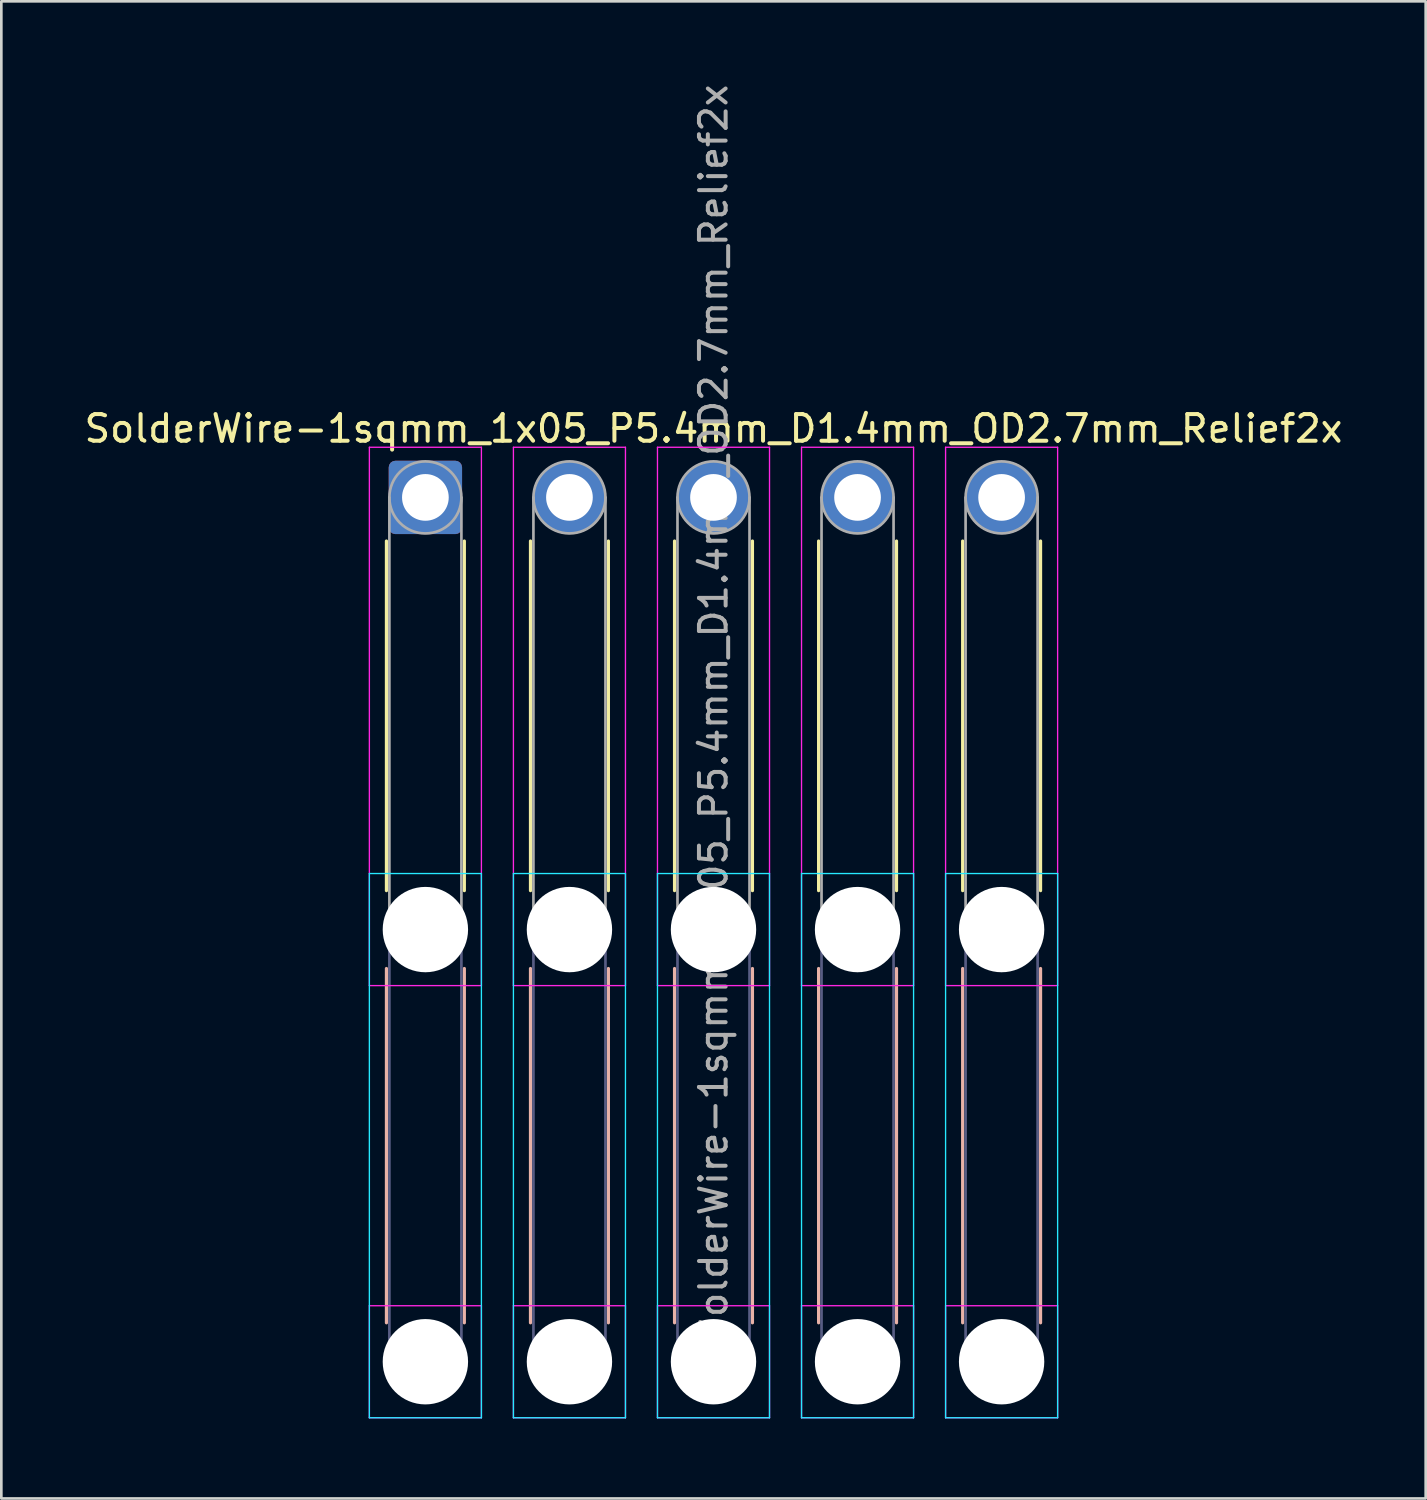
<source format=kicad_pcb>
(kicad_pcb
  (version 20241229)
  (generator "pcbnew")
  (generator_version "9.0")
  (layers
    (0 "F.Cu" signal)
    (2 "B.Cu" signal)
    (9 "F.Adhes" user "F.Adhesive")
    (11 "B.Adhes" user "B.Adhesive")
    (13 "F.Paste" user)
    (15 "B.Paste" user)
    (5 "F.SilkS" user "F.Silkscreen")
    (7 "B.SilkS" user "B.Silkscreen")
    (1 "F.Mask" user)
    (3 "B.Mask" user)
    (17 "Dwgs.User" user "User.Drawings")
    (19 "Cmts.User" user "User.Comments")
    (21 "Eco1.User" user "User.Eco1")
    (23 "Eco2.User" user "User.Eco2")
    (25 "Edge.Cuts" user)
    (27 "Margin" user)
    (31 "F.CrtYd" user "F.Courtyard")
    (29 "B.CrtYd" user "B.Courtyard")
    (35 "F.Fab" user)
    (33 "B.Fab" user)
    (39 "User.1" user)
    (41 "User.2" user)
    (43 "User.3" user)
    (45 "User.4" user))
  (footprint "SolderWire-1sqmm_1x05_P5.4mm_D1.4mm_OD2.7mm_Relief2x"
    (layer "F.Cu")
    (at 12.896 15.596)
    (property "Reference" "SolderWire-1sqmm_1x05_P5.4mm_D1.4mm_OD2.7mm_Relief2x" (at 10.8 -2.58 0) (layer "F.SilkS") (effects (font (size 1 1) (thickness 0.15))))
    (attr exclude_from_pos_files exclude_from_bom)
    (fp_line (start -1.46 1.635) (end -1.46 14.74) (stroke (width 0.12) (type solid)) (layer "F.SilkS"))
    (fp_line (start 1.46 1.635) (end 1.46 14.74) (stroke (width 0.12) (type solid)) (layer "F.SilkS"))
    (fp_line (start 3.94 1.635) (end 3.94 14.74) (stroke (width 0.12) (type solid)) (layer "F.SilkS"))
    (fp_line (start 6.86 1.635) (end 6.86 14.74) (stroke (width 0.12) (type solid)) (layer "F.SilkS"))
    (fp_line (start 9.34 1.635) (end 9.34 14.74) (stroke (width 0.12) (type solid)) (layer "F.SilkS"))
    (fp_line (start 12.26 1.635) (end 12.26 14.74) (stroke (width 0.12) (type solid)) (layer "F.SilkS"))
    (fp_line (start 14.74 1.635) (end 14.74 14.74) (stroke (width 0.12) (type solid)) (layer "F.SilkS"))
    (fp_line (start 17.66 1.635) (end 17.66 14.74) (stroke (width 0.12) (type solid)) (layer "F.SilkS"))
    (fp_line (start 20.14 1.635) (end 20.14 14.74) (stroke (width 0.12) (type solid)) (layer "F.SilkS"))
    (fp_line (start 23.06 1.635) (end 23.06 14.74) (stroke (width 0.12) (type solid)) (layer "F.SilkS"))
    (fp_line (start -1.46 17.66) (end -1.46 30.94) (stroke (width 0.12) (type solid)) (layer "B.SilkS"))
    (fp_line (start 1.46 17.66) (end 1.46 30.94) (stroke (width 0.12) (type solid)) (layer "B.SilkS"))
    (fp_line (start 3.94 17.66) (end 3.94 30.94) (stroke (width 0.12) (type solid)) (layer "B.SilkS"))
    (fp_line (start 6.86 17.66) (end 6.86 30.94) (stroke (width 0.12) (type solid)) (layer "B.SilkS"))
    (fp_line (start 9.34 17.66) (end 9.34 30.94) (stroke (width 0.12) (type solid)) (layer "B.SilkS"))
    (fp_line (start 12.26 17.66) (end 12.26 30.94) (stroke (width 0.12) (type solid)) (layer "B.SilkS"))
    (fp_line (start 14.74 17.66) (end 14.74 30.94) (stroke (width 0.12) (type solid)) (layer "B.SilkS"))
    (fp_line (start 17.66 17.66) (end 17.66 30.94) (stroke (width 0.12) (type solid)) (layer "B.SilkS"))
    (fp_line (start 20.14 17.66) (end 20.14 30.94) (stroke (width 0.12) (type solid)) (layer "B.SilkS"))
    (fp_line (start 23.06 17.66) (end 23.06 30.94) (stroke (width 0.12) (type solid)) (layer "B.SilkS"))
    (fp_line (start -2.1 14.1) (end -2.1 34.5) (stroke (width 0.05) (type solid)) (layer "B.CrtYd"))
    (fp_line (start -2.1 34.5) (end 2.1 34.5) (stroke (width 0.05) (type solid)) (layer "B.CrtYd"))
    (fp_line (start 2.1 14.1) (end -2.1 14.1) (stroke (width 0.05) (type solid)) (layer "B.CrtYd"))
    (fp_line (start 2.1 34.5) (end 2.1 14.1) (stroke (width 0.05) (type solid)) (layer "B.CrtYd"))
    (fp_line (start 3.3 14.1) (end 3.3 34.5) (stroke (width 0.05) (type solid)) (layer "B.CrtYd"))
    (fp_line (start 3.3 34.5) (end 7.5 34.5) (stroke (width 0.05) (type solid)) (layer "B.CrtYd"))
    (fp_line (start 7.5 14.1) (end 3.3 14.1) (stroke (width 0.05) (type solid)) (layer "B.CrtYd"))
    (fp_line (start 7.5 34.5) (end 7.5 14.1) (stroke (width 0.05) (type solid)) (layer "B.CrtYd"))
    (fp_line (start 8.7 14.1) (end 8.7 34.5) (stroke (width 0.05) (type solid)) (layer "B.CrtYd"))
    (fp_line (start 8.7 34.5) (end 12.9 34.5) (stroke (width 0.05) (type solid)) (layer "B.CrtYd"))
    (fp_line (start 12.9 14.1) (end 8.7 14.1) (stroke (width 0.05) (type solid)) (layer "B.CrtYd"))
    (fp_line (start 12.9 34.5) (end 12.9 14.1) (stroke (width 0.05) (type solid)) (layer "B.CrtYd"))
    (fp_line (start 14.1 14.1) (end 14.1 34.5) (stroke (width 0.05) (type solid)) (layer "B.CrtYd"))
    (fp_line (start 14.1 34.5) (end 18.3 34.5) (stroke (width 0.05) (type solid)) (layer "B.CrtYd"))
    (fp_line (start 18.3 14.1) (end 14.1 14.1) (stroke (width 0.05) (type solid)) (layer "B.CrtYd"))
    (fp_line (start 18.3 34.5) (end 18.3 14.1) (stroke (width 0.05) (type solid)) (layer "B.CrtYd"))
    (fp_line (start 19.5 14.1) (end 19.5 34.5) (stroke (width 0.05) (type solid)) (layer "B.CrtYd"))
    (fp_line (start 19.5 34.5) (end 23.7 34.5) (stroke (width 0.05) (type solid)) (layer "B.CrtYd"))
    (fp_line (start 23.7 14.1) (end 19.5 14.1) (stroke (width 0.05) (type solid)) (layer "B.CrtYd"))
    (fp_line (start 23.7 34.5) (end 23.7 14.1) (stroke (width 0.05) (type solid)) (layer "B.CrtYd"))
    (fp_line (start -2.1 -1.88) (end -2.1 18.3) (stroke (width 0.05) (type solid)) (layer "F.CrtYd"))
    (fp_line (start -2.1 18.3) (end 2.1 18.3) (stroke (width 0.05) (type solid)) (layer "F.CrtYd"))
    (fp_line (start -2.1 30.3) (end -2.1 34.5) (stroke (width 0.05) (type solid)) (layer "F.CrtYd"))
    (fp_line (start -2.1 34.5) (end 2.1 34.5) (stroke (width 0.05) (type solid)) (layer "F.CrtYd"))
    (fp_line (start 2.1 -1.88) (end -2.1 -1.88) (stroke (width 0.05) (type solid)) (layer "F.CrtYd"))
    (fp_line (start 2.1 18.3) (end 2.1 -1.88) (stroke (width 0.05) (type solid)) (layer "F.CrtYd"))
    (fp_line (start 2.1 30.3) (end -2.1 30.3) (stroke (width 0.05) (type solid)) (layer "F.CrtYd"))
    (fp_line (start 2.1 34.5) (end 2.1 30.3) (stroke (width 0.05) (type solid)) (layer "F.CrtYd"))
    (fp_line (start 3.3 -1.88) (end 3.3 18.3) (stroke (width 0.05) (type solid)) (layer "F.CrtYd"))
    (fp_line (start 3.3 18.3) (end 7.5 18.3) (stroke (width 0.05) (type solid)) (layer "F.CrtYd"))
    (fp_line (start 3.3 30.3) (end 3.3 34.5) (stroke (width 0.05) (type solid)) (layer "F.CrtYd"))
    (fp_line (start 3.3 34.5) (end 7.5 34.5) (stroke (width 0.05) (type solid)) (layer "F.CrtYd"))
    (fp_line (start 7.5 -1.88) (end 3.3 -1.88) (stroke (width 0.05) (type solid)) (layer "F.CrtYd"))
    (fp_line (start 7.5 18.3) (end 7.5 -1.88) (stroke (width 0.05) (type solid)) (layer "F.CrtYd"))
    (fp_line (start 7.5 30.3) (end 3.3 30.3) (stroke (width 0.05) (type solid)) (layer "F.CrtYd"))
    (fp_line (start 7.5 34.5) (end 7.5 30.3) (stroke (width 0.05) (type solid)) (layer "F.CrtYd"))
    (fp_line (start 8.7 -1.88) (end 8.7 18.3) (stroke (width 0.05) (type solid)) (layer "F.CrtYd"))
    (fp_line (start 8.7 18.3) (end 12.9 18.3) (stroke (width 0.05) (type solid)) (layer "F.CrtYd"))
    (fp_line (start 8.7 30.3) (end 8.7 34.5) (stroke (width 0.05) (type solid)) (layer "F.CrtYd"))
    (fp_line (start 8.7 34.5) (end 12.9 34.5) (stroke (width 0.05) (type solid)) (layer "F.CrtYd"))
    (fp_line (start 12.9 -1.88) (end 8.7 -1.88) (stroke (width 0.05) (type solid)) (layer "F.CrtYd"))
    (fp_line (start 12.9 18.3) (end 12.9 -1.88) (stroke (width 0.05) (type solid)) (layer "F.CrtYd"))
    (fp_line (start 12.9 30.3) (end 8.7 30.3) (stroke (width 0.05) (type solid)) (layer "F.CrtYd"))
    (fp_line (start 12.9 34.5) (end 12.9 30.3) (stroke (width 0.05) (type solid)) (layer "F.CrtYd"))
    (fp_line (start 14.1 -1.88) (end 14.1 18.3) (stroke (width 0.05) (type solid)) (layer "F.CrtYd"))
    (fp_line (start 14.1 18.3) (end 18.3 18.3) (stroke (width 0.05) (type solid)) (layer "F.CrtYd"))
    (fp_line (start 14.1 30.3) (end 14.1 34.5) (stroke (width 0.05) (type solid)) (layer "F.CrtYd"))
    (fp_line (start 14.1 34.5) (end 18.3 34.5) (stroke (width 0.05) (type solid)) (layer "F.CrtYd"))
    (fp_line (start 18.3 -1.88) (end 14.1 -1.88) (stroke (width 0.05) (type solid)) (layer "F.CrtYd"))
    (fp_line (start 18.3 18.3) (end 18.3 -1.88) (stroke (width 0.05) (type solid)) (layer "F.CrtYd"))
    (fp_line (start 18.3 30.3) (end 14.1 30.3) (stroke (width 0.05) (type solid)) (layer "F.CrtYd"))
    (fp_line (start 18.3 34.5) (end 18.3 30.3) (stroke (width 0.05) (type solid)) (layer "F.CrtYd"))
    (fp_line (start 19.5 -1.88) (end 19.5 18.3) (stroke (width 0.05) (type solid)) (layer "F.CrtYd"))
    (fp_line (start 19.5 18.3) (end 23.7 18.3) (stroke (width 0.05) (type solid)) (layer "F.CrtYd"))
    (fp_line (start 19.5 30.3) (end 19.5 34.5) (stroke (width 0.05) (type solid)) (layer "F.CrtYd"))
    (fp_line (start 19.5 34.5) (end 23.7 34.5) (stroke (width 0.05) (type solid)) (layer "F.CrtYd"))
    (fp_line (start 23.7 -1.88) (end 19.5 -1.88) (stroke (width 0.05) (type solid)) (layer "F.CrtYd"))
    (fp_line (start 23.7 18.3) (end 23.7 -1.88) (stroke (width 0.05) (type solid)) (layer "F.CrtYd"))
    (fp_line (start 23.7 30.3) (end 19.5 30.3) (stroke (width 0.05) (type solid)) (layer "F.CrtYd"))
    (fp_line (start 23.7 34.5) (end 23.7 30.3) (stroke (width 0.05) (type solid)) (layer "F.CrtYd"))
    (fp_line (start -1.35 16.2) (end -1.35 32.4) (stroke (width 0.1) (type solid)) (layer "B.Fab"))
    (fp_line (start 1.35 16.2) (end 1.35 32.4) (stroke (width 0.1) (type solid)) (layer "B.Fab"))
    (fp_line (start 4.05 16.2) (end 4.05 32.4) (stroke (width 0.1) (type solid)) (layer "B.Fab"))
    (fp_line (start 6.75 16.2) (end 6.75 32.4) (stroke (width 0.1) (type solid)) (layer "B.Fab"))
    (fp_line (start 9.45 16.2) (end 9.45 32.4) (stroke (width 0.1) (type solid)) (layer "B.Fab"))
    (fp_line (start 12.15 16.2) (end 12.15 32.4) (stroke (width 0.1) (type solid)) (layer "B.Fab"))
    (fp_line (start 14.85 16.2) (end 14.85 32.4) (stroke (width 0.1) (type solid)) (layer "B.Fab"))
    (fp_line (start 17.55 16.2) (end 17.55 32.4) (stroke (width 0.1) (type solid)) (layer "B.Fab"))
    (fp_line (start 20.25 16.2) (end 20.25 32.4) (stroke (width 0.1) (type solid)) (layer "B.Fab"))
    (fp_line (start 22.95 16.2) (end 22.95 32.4) (stroke (width 0.1) (type solid)) (layer "B.Fab"))
    (fp_circle (center 0 16.2) (end 1.35 16.2) (stroke (width 0.1) (type solid)) (fill no) (layer "B.Fab"))
    (fp_circle (center 0 32.4) (end 1.35 32.4) (stroke (width 0.1) (type solid)) (fill no) (layer "B.Fab"))
    (fp_circle (center 5.4 16.2) (end 6.75 16.2) (stroke (width 0.1) (type solid)) (fill no) (layer "B.Fab"))
    (fp_circle (center 5.4 32.4) (end 6.75 32.4) (stroke (width 0.1) (type solid)) (fill no) (layer "B.Fab"))
    (fp_circle (center 10.8 16.2) (end 12.15 16.2) (stroke (width 0.1) (type solid)) (fill no) (layer "B.Fab"))
    (fp_circle (center 10.8 32.4) (end 12.15 32.4) (stroke (width 0.1) (type solid)) (fill no) (layer "B.Fab"))
    (fp_circle (center 16.2 16.2) (end 17.55 16.2) (stroke (width 0.1) (type solid)) (fill no) (layer "B.Fab"))
    (fp_circle (center 16.2 32.4) (end 17.55 32.4) (stroke (width 0.1) (type solid)) (fill no) (layer "B.Fab"))
    (fp_circle (center 21.6 16.2) (end 22.95 16.2) (stroke (width 0.1) (type solid)) (fill no) (layer "B.Fab"))
    (fp_circle (center 21.6 32.4) (end 22.95 32.4) (stroke (width 0.1) (type solid)) (fill no) (layer "B.Fab"))
    (fp_line (start -1.35 0) (end -1.35 16.2) (stroke (width 0.1) (type solid)) (layer "F.Fab"))
    (fp_line (start 1.35 0) (end 1.35 16.2) (stroke (width 0.1) (type solid)) (layer "F.Fab"))
    (fp_line (start 4.05 0) (end 4.05 16.2) (stroke (width 0.1) (type solid)) (layer "F.Fab"))
    (fp_line (start 6.75 0) (end 6.75 16.2) (stroke (width 0.1) (type solid)) (layer "F.Fab"))
    (fp_line (start 9.45 0) (end 9.45 16.2) (stroke (width 0.1) (type solid)) (layer "F.Fab"))
    (fp_line (start 12.15 0) (end 12.15 16.2) (stroke (width 0.1) (type solid)) (layer "F.Fab"))
    (fp_line (start 14.85 0) (end 14.85 16.2) (stroke (width 0.1) (type solid)) (layer "F.Fab"))
    (fp_line (start 17.55 0) (end 17.55 16.2) (stroke (width 0.1) (type solid)) (layer "F.Fab"))
    (fp_line (start 20.25 0) (end 20.25 16.2) (stroke (width 0.1) (type solid)) (layer "F.Fab"))
    (fp_line (start 22.95 0) (end 22.95 16.2) (stroke (width 0.1) (type solid)) (layer "F.Fab"))
    (fp_circle (center 0 0) (end 1.35 0) (stroke (width 0.1) (type solid)) (fill no) (layer "F.Fab"))
    (fp_circle (center 0 16.2) (end 1.35 16.2) (stroke (width 0.1) (type solid)) (fill no) (layer "F.Fab"))
    (fp_circle (center 0 32.4) (end 1.35 32.4) (stroke (width 0.1) (type solid)) (fill no) (layer "F.Fab"))
    (fp_circle (center 5.4 0) (end 6.75 0) (stroke (width 0.1) (type solid)) (fill no) (layer "F.Fab"))
    (fp_circle (center 5.4 16.2) (end 6.75 16.2) (stroke (width 0.1) (type solid)) (fill no) (layer "F.Fab"))
    (fp_circle (center 5.4 32.4) (end 6.75 32.4) (stroke (width 0.1) (type solid)) (fill no) (layer "F.Fab"))
    (fp_circle (center 10.8 0) (end 12.15 0) (stroke (width 0.1) (type solid)) (fill no) (layer "F.Fab"))
    (fp_circle (center 10.8 16.2) (end 12.15 16.2) (stroke (width 0.1) (type solid)) (fill no) (layer "F.Fab"))
    (fp_circle (center 10.8 32.4) (end 12.15 32.4) (stroke (width 0.1) (type solid)) (fill no) (layer "F.Fab"))
    (fp_circle (center 16.2 0) (end 17.55 0) (stroke (width 0.1) (type solid)) (fill no) (layer "F.Fab"))
    (fp_circle (center 16.2 16.2) (end 17.55 16.2) (stroke (width 0.1) (type solid)) (fill no) (layer "F.Fab"))
    (fp_circle (center 16.2 32.4) (end 17.55 32.4) (stroke (width 0.1) (type solid)) (fill no) (layer "F.Fab"))
    (fp_circle (center 21.6 0) (end 22.95 0) (stroke (width 0.1) (type solid)) (fill no) (layer "F.Fab"))
    (fp_circle (center 21.6 16.2) (end 22.95 16.2) (stroke (width 0.1) (type solid)) (fill no) (layer "F.Fab"))
    (fp_circle (center 21.6 32.4) (end 22.95 32.4) (stroke (width 0.1) (type solid)) (fill no) (layer "F.Fab"))
    (fp_text user "${REFERENCE}" (at 10.8 8.1 90) (layer "F.Fab") (effects (font (size 1 1) (thickness 0.15))))
    (pad "" np_thru_hole circle (at 0 16.2) (size 3.2 3.2) (drill 3.2) (layers "*.Cu" "*.Mask"))
    (pad "" np_thru_hole circle (at 0 32.4) (size 3.2 3.2) (drill 3.2) (layers "*.Cu" "*.Mask"))
    (pad "" np_thru_hole circle (at 5.4 16.2) (size 3.2 3.2) (drill 3.2) (layers "*.Cu" "*.Mask"))
    (pad "" np_thru_hole circle (at 5.4 32.4) (size 3.2 3.2) (drill 3.2) (layers "*.Cu" "*.Mask"))
    (pad "" np_thru_hole circle (at 10.8 16.2) (size 3.2 3.2) (drill 3.2) (layers "*.Cu" "*.Mask"))
    (pad "" np_thru_hole circle (at 10.8 32.4) (size 3.2 3.2) (drill 3.2) (layers "*.Cu" "*.Mask"))
    (pad "" np_thru_hole circle (at 16.2 16.2) (size 3.2 3.2) (drill 3.2) (layers "*.Cu" "*.Mask"))
    (pad "" np_thru_hole circle (at 16.2 32.4) (size 3.2 3.2) (drill 3.2) (layers "*.Cu" "*.Mask"))
    (pad "" np_thru_hole circle (at 21.6 16.2) (size 3.2 3.2) (drill 3.2) (layers "*.Cu" "*.Mask"))
    (pad "" np_thru_hole circle (at 21.6 32.4) (size 3.2 3.2) (drill 3.2) (layers "*.Cu" "*.Mask"))
    (pad "1" thru_hole roundrect (at 0 0) (size 2.75 2.75) (drill 1.75) (layers "*.Cu" "*.Mask") (roundrect_rratio 0.091))
    (pad "2" thru_hole circle (at 5.4 0) (size 2.75 2.75) (drill 1.75) (layers "*.Cu" "*.Mask"))
    (pad "3" thru_hole circle (at 10.8 0) (size 2.75 2.75) (drill 1.75) (layers "*.Cu" "*.Mask"))
    (pad "4" thru_hole circle (at 16.2 0) (size 2.75 2.75) (drill 1.75) (layers "*.Cu" "*.Mask"))
    (pad "5" thru_hole circle (at 21.6 0) (size 2.75 2.75) (drill 1.75) (layers "*.Cu" "*.Mask")))
  (gr_rect
    (start -3 -3)
    (end 50.393 53.121)
    (stroke (width 0.1) (type default))
    (fill no)
    (layer "Edge.Cuts")))
</source>
